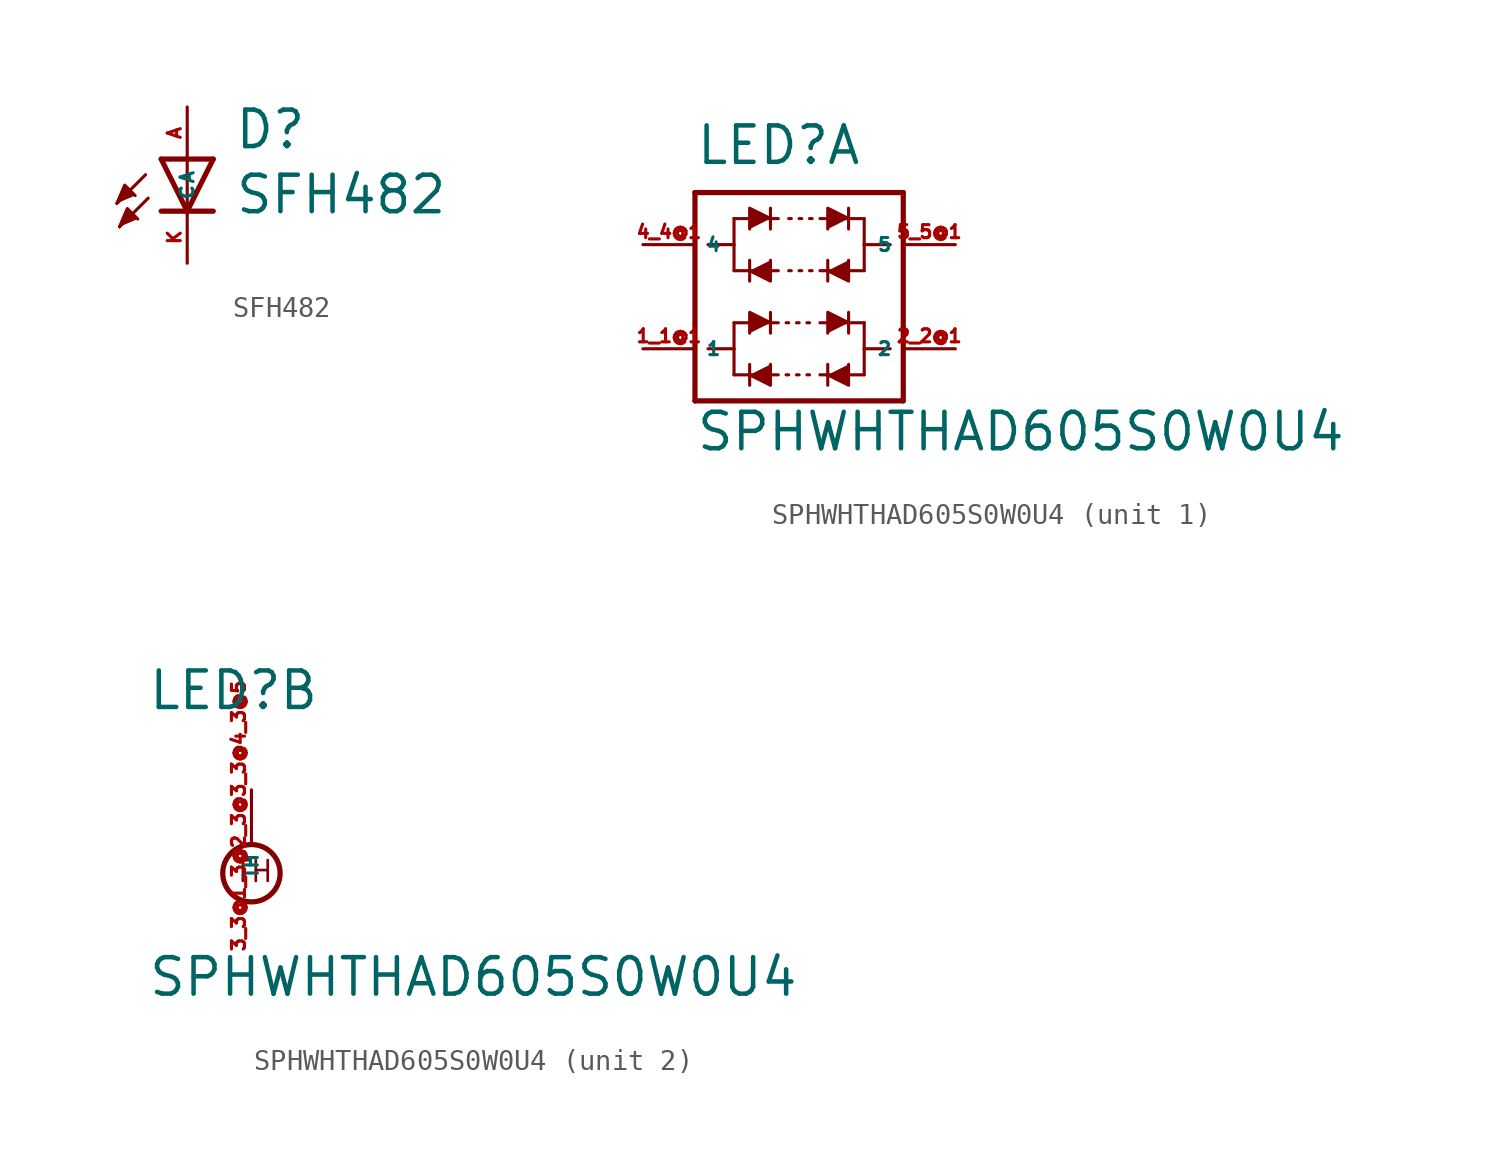
<source format=kicad_sym>
(kicad_symbol_lib
  (version 20220914)
  (generator kicad_symbol_editor)
  (symbol "SFH482"
    (property "Reference" "D"
      (at 2.261 0.406 0)
      (effects (font (size 1.778 1.778) (thickness 0.22)) (justify left bottom)))
    (property "Value" "SFH482"
      (at 2.286 -2.769 0)
      (effects (font (size 1.778 1.778) (thickness 0.22)) (justify left bottom)))
    (symbol "SFH482_1_1"
      (polyline (pts (xy -2.032 -0.762) (xy -3.429 -2.159)) (stroke (width 0.152) (type default)) (fill (type none)))
      (polyline (pts (xy -1.905 -1.905) (xy -3.302 -3.302)) (stroke (width 0.152) (type default)) (fill (type none)))
      (polyline (pts (xy 0 -2.54) (xy -1.27 -2.54)) (stroke (width 0.254) (type default)) (fill (type none)))
      (polyline (pts (xy 0 -2.54) (xy -1.27 0)) (stroke (width 0.254) (type default)) (fill (type none)))
      (polyline (pts (xy 0 0) (xy -1.27 0)) (stroke (width 0.254) (type default)) (fill (type none)))
      (polyline (pts (xy 0 0) (xy 0 -2.54)) (stroke (width 0.152) (type default)) (fill (type none)))
      (polyline (pts (xy 1.27 -2.54) (xy 0 -2.54)) (stroke (width 0.254) (type default)) (fill (type none)))
      (polyline (pts (xy 1.27 0) (xy 0 -2.54)) (stroke (width 0.254) (type default)) (fill (type none)))
      (polyline (pts (xy 1.27 0) (xy 0 0)) (stroke (width 0.254) (type default)) (fill (type none)))
      (polyline (pts (xy -3.429 -2.159) (xy -3.048 -1.27) (xy -2.54 -1.778)) (stroke (width 0.152) (type default)) (fill (type outline)))
      (polyline (pts (xy -3.302 -3.302) (xy -2.921 -2.413) (xy -2.413 -2.921)) (stroke (width 0.152) (type default)) (fill (type outline)))
      (pin passive line (at 0 2.54 270) (length 2.54) (name "A" (effects (font (size 0.635 0.635)))) (number "A" (effects (font (size 0.635 0.635)))))
      (pin passive line (at 0 -5.08 90) (length 2.54) (name "C" (effects (font (size 0.635 0.635)))) (number "K" (effects (font (size 0.635 0.635)))))))
  (symbol "SPHWHTHAD605S0W0U4"
    (property "Reference" "LED"
      (at -5.08 6.35 0)
      (effects (font (size 1.778 1.778) (thickness 0.22)) (justify left bottom)))
    (property "Value" "SPHWHTHAD605S0W0U4"
      (at -5.08 -7.62 0)
      (effects (font (size 1.778 1.778) (thickness 0.22)) (justify left bottom)))
    (symbol "SPHWHTHAD605S0W0U4_1_0"
      (polyline (pts (xy -5.08 -5.08) (xy -5.08 5.08)) (stroke (width 0.254) (type default)) (fill (type none)))
      (polyline (pts (xy -5.08 5.08) (xy 5.08 5.08)) (stroke (width 0.254) (type default)) (fill (type none)))
      (polyline (pts (xy -4.445 -2.54) (xy -3.175 -2.54)) (stroke (width 0.152) (type default)) (fill (type none)))
      (polyline (pts (xy -4.445 2.54) (xy -3.175 2.54)) (stroke (width 0.152) (type default)) (fill (type none)))
      (polyline (pts (xy -3.175 -3.81) (xy -1.016 -3.81)) (stroke (width 0.152) (type default)) (fill (type none)))
      (polyline (pts (xy -3.175 -2.54) (xy -3.175 -3.81)) (stroke (width 0.152) (type default)) (fill (type none)))
      (polyline (pts (xy -3.175 -2.54) (xy -3.175 -1.27)) (stroke (width 0.152) (type default)) (fill (type none)))
      (polyline (pts (xy -3.175 -1.27) (xy -1.016 -1.27)) (stroke (width 0.152) (type default)) (fill (type none)))
      (polyline (pts (xy -3.175 1.27) (xy -1.016 1.27)) (stroke (width 0.152) (type default)) (fill (type none)))
      (polyline (pts (xy -3.175 2.54) (xy -3.175 1.27)) (stroke (width 0.152) (type default)) (fill (type none)))
      (polyline (pts (xy -3.175 2.54) (xy -3.175 3.81)) (stroke (width 0.152) (type default)) (fill (type none)))
      (polyline (pts (xy -3.175 3.81) (xy -1.016 3.81)) (stroke (width 0.152) (type default)) (fill (type none)))
      (polyline (pts (xy -2.413 -4.318) (xy -2.413 -3.302)) (stroke (width 0.152) (type default)) (fill (type none)))
      (polyline (pts (xy -2.413 0.762) (xy -2.413 1.778)) (stroke (width 0.152) (type default)) (fill (type none)))
      (polyline (pts (xy -1.397 -0.762) (xy -1.397 -1.778)) (stroke (width 0.152) (type default)) (fill (type none)))
      (polyline (pts (xy -1.397 4.318) (xy -1.397 3.302)) (stroke (width 0.152) (type default)) (fill (type none)))
      (polyline (pts (xy -0.635 -3.81) (xy -0.508 -3.81)) (stroke (width 0.152) (type default)) (fill (type none)))
      (polyline (pts (xy -0.635 -1.27) (xy -0.508 -1.27)) (stroke (width 0.152) (type default)) (fill (type none)))
      (polyline (pts (xy -0.381 1.27) (xy -0.508 1.27)) (stroke (width 0.152) (type default)) (fill (type none)))
      (polyline (pts (xy -0.381 3.81) (xy -0.508 3.81)) (stroke (width 0.152) (type default)) (fill (type none)))
      (polyline (pts (xy -0.127 -3.81) (xy 0 -3.81)) (stroke (width 0.152) (type default)) (fill (type none)))
      (polyline (pts (xy -0.127 -1.27) (xy 0 -1.27)) (stroke (width 0.152) (type default)) (fill (type none)))
      (polyline (pts (xy 0.127 1.27) (xy 0 1.27)) (stroke (width 0.152) (type default)) (fill (type none)))
      (polyline (pts (xy 0.127 3.81) (xy 0 3.81)) (stroke (width 0.152) (type default)) (fill (type none)))
      (polyline (pts (xy 0.381 -3.81) (xy 0.508 -3.81)) (stroke (width 0.152) (type default)) (fill (type none)))
      (polyline (pts (xy 0.381 -1.27) (xy 0.508 -1.27)) (stroke (width 0.152) (type default)) (fill (type none)))
      (polyline (pts (xy 0.635 1.27) (xy 0.508 1.27)) (stroke (width 0.152) (type default)) (fill (type none)))
      (polyline (pts (xy 0.635 3.81) (xy 0.508 3.81)) (stroke (width 0.152) (type default)) (fill (type none)))
      (polyline (pts (xy 1.397 -4.318) (xy 1.397 -3.302)) (stroke (width 0.152) (type default)) (fill (type none)))
      (polyline (pts (xy 1.397 0.762) (xy 1.397 1.778)) (stroke (width 0.152) (type default)) (fill (type none)))
      (polyline (pts (xy 2.413 -0.762) (xy 2.413 -1.778)) (stroke (width 0.152) (type default)) (fill (type none)))
      (polyline (pts (xy 2.413 4.318) (xy 2.413 3.302)) (stroke (width 0.152) (type default)) (fill (type none)))
      (polyline (pts (xy 3.175 -3.81) (xy 1.016 -3.81)) (stroke (width 0.152) (type default)) (fill (type none)))
      (polyline (pts (xy 3.175 -2.54) (xy 3.175 -3.81)) (stroke (width 0.152) (type default)) (fill (type none)))
      (polyline (pts (xy 3.175 -2.54) (xy 3.175 -1.27)) (stroke (width 0.152) (type default)) (fill (type none)))
      (polyline (pts (xy 3.175 -1.27) (xy 1.016 -1.27)) (stroke (width 0.152) (type default)) (fill (type none)))
      (polyline (pts (xy 3.175 1.27) (xy 1.016 1.27)) (stroke (width 0.152) (type default)) (fill (type none)))
      (polyline (pts (xy 3.175 2.54) (xy 3.175 1.27)) (stroke (width 0.152) (type default)) (fill (type none)))
      (polyline (pts (xy 3.175 2.54) (xy 3.175 3.81)) (stroke (width 0.152) (type default)) (fill (type none)))
      (polyline (pts (xy 3.175 3.81) (xy 1.016 3.81)) (stroke (width 0.152) (type default)) (fill (type none)))
      (polyline (pts (xy 4.445 -2.54) (xy 3.175 -2.54)) (stroke (width 0.152) (type default)) (fill (type none)))
      (polyline (pts (xy 4.445 2.54) (xy 3.175 2.54)) (stroke (width 0.152) (type default)) (fill (type none)))
      (polyline (pts (xy 5.08 -5.08) (xy -5.08 -5.08)) (stroke (width 0.254) (type default)) (fill (type none)))
      (polyline (pts (xy 5.08 5.08) (xy 5.08 -5.08)) (stroke (width 0.254) (type default)) (fill (type none)))
      (polyline (pts (xy -2.413 -3.81) (xy -1.397 -4.318) (xy -1.397 -3.302)) (stroke (width 0.152) (type default)) (fill (type outline)))
      (polyline (pts (xy -2.413 1.27) (xy -1.397 0.762) (xy -1.397 1.778)) (stroke (width 0.152) (type default)) (fill (type outline)))
      (polyline (pts (xy -1.397 -1.27) (xy -2.413 -0.762) (xy -2.413 -1.778)) (stroke (width 0.152) (type default)) (fill (type outline)))
      (polyline (pts (xy -1.397 3.81) (xy -2.413 4.318) (xy -2.413 3.302)) (stroke (width 0.152) (type default)) (fill (type outline)))
      (polyline (pts (xy 1.397 -3.81) (xy 2.413 -4.318) (xy 2.413 -3.302)) (stroke (width 0.152) (type default)) (fill (type outline)))
      (polyline (pts (xy 1.397 1.27) (xy 2.413 0.762) (xy 2.413 1.778)) (stroke (width 0.152) (type default)) (fill (type outline)))
      (polyline (pts (xy 2.413 -1.27) (xy 1.397 -0.762) (xy 1.397 -1.778)) (stroke (width 0.152) (type default)) (fill (type outline)))
      (polyline (pts (xy 2.413 3.81) (xy 1.397 4.318) (xy 1.397 3.302)) (stroke (width 0.152) (type default)) (fill (type outline)))
      (pin passive line (at -7.62 -2.54 0) (length 2.54) (name "1" (effects (font (size 0.635 0.635)))) (number "1_1@1" (effects (font (size 0.635 0.635)))))
      (pin passive line (at 7.62 -2.54 180) (length 2.54) (name "2" (effects (font (size 0.635 0.635)))) (number "2_2@1" (effects (font (size 0.635 0.635)))))
      (pin passive line (at -7.62 2.54 0) (length 2.54) (name "4" (effects (font (size 0.635 0.635)))) (number "4_4@1" (effects (font (size 0.635 0.635)))))
      (pin passive line (at 7.62 2.54 180) (length 2.54) (name "5" (effects (font (size 0.635 0.635)))) (number "5_5@1" (effects (font (size 0.635 0.635))))))
    (symbol "SPHWHTHAD605S0W0U4_2_0"
      (circle (center 0 -1.524) (radius 1.397) (stroke (width 0.254) (type default)) (fill (type none)))
      (text "TH" (at -0.889 -2.032 0) (effects (font (size 1.016 1.016) (thickness 0.13)) (justify left bottom)))
      (pin passive line (at 0 2.54 270) (length 2.54) (name "TH" (effects (font (size 0.635 0.635)))) (number "3_3@1_3@2_3@3_3@4_3@5" (effects (font (size 0.635 0.635))))))))
</source>
